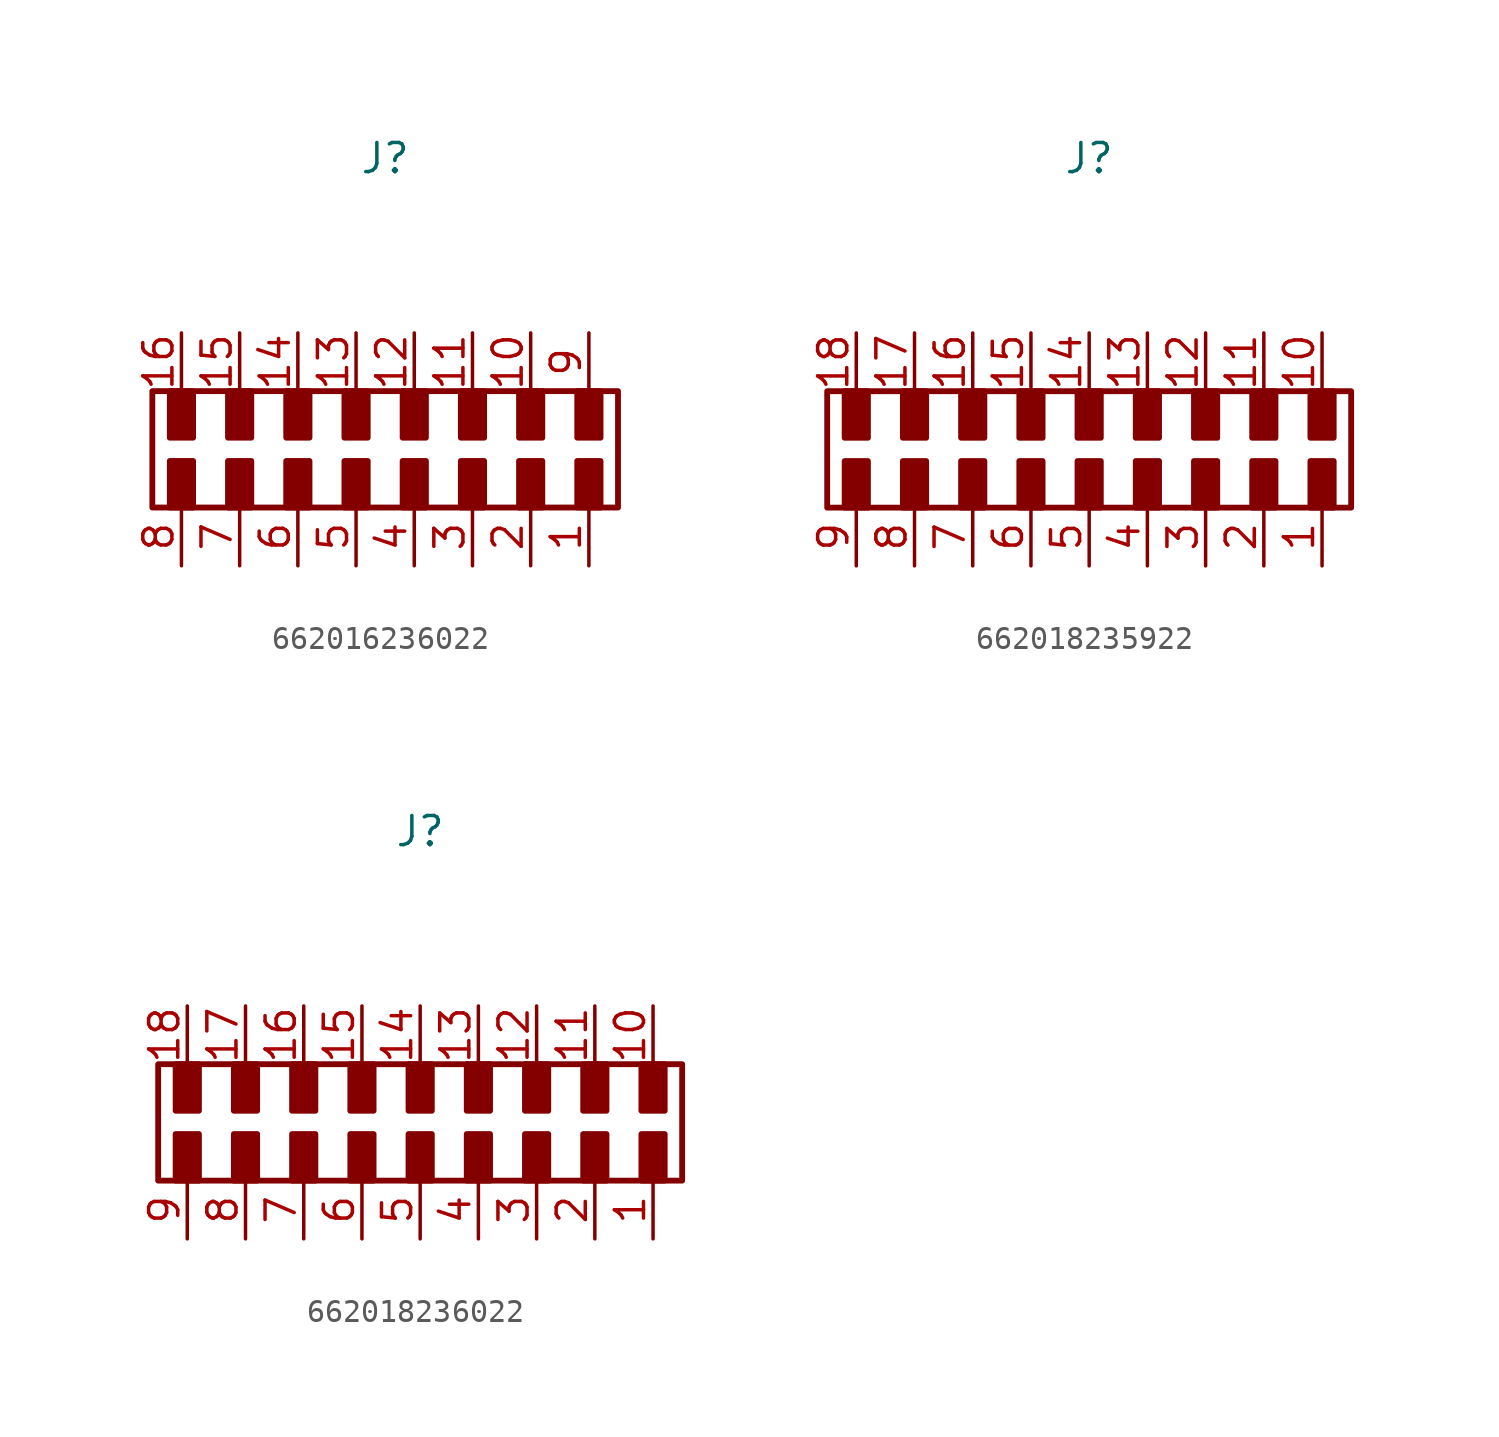
<source format=kicad_sym>
(kicad_symbol_lib
  (version 20241209)
  (generator "kicad_symbol_editor")
  (generator_version "9.0")
  (symbol "662016236022"
    (pin_names
      (hide yes))
    (property "Reference" "J"
      (at 0 12.7 0)
      (effects (font (size 1.27 1.27))))
    (symbol "662016236022_1_1"
      (rectangle (start -10.16 2.54) (end 10.16 -2.54) (stroke (width 0.254) (type solid)) (fill (type none)))
      (rectangle (start -9.398 2.54) (end -8.382 0.508) (stroke (width 0.254) (type solid)) (fill (type outline)))
      (rectangle (start -9.398 -0.508) (end -8.382 -2.54) (stroke (width 0.254) (type solid)) (fill (type outline)))
      (rectangle (start -6.858 2.54) (end -5.842 0.508) (stroke (width 0.254) (type solid)) (fill (type outline)))
      (rectangle (start -6.858 -0.508) (end -5.842 -2.54) (stroke (width 0.254) (type solid)) (fill (type outline)))
      (rectangle (start -4.318 2.54) (end -3.302 0.508) (stroke (width 0.254) (type solid)) (fill (type outline)))
      (rectangle (start -4.318 -0.508) (end -3.302 -2.54) (stroke (width 0.254) (type solid)) (fill (type outline)))
      (rectangle (start -1.778 2.54) (end -0.762 0.508) (stroke (width 0.254) (type solid)) (fill (type outline)))
      (rectangle (start -1.778 -0.508) (end -0.762 -2.54) (stroke (width 0.254) (type solid)) (fill (type outline)))
      (rectangle (start 0.762 2.54) (end 1.778 0.508) (stroke (width 0.254) (type solid)) (fill (type outline)))
      (rectangle (start 0.762 -0.508) (end 1.778 -2.54) (stroke (width 0.254) (type solid)) (fill (type outline)))
      (rectangle (start 3.302 2.54) (end 4.318 0.508) (stroke (width 0.254) (type solid)) (fill (type outline)))
      (rectangle (start 3.302 -0.508) (end 4.318 -2.54) (stroke (width 0.254) (type solid)) (fill (type outline)))
      (rectangle (start 5.842 2.54) (end 6.858 0.508) (stroke (width 0.254) (type solid)) (fill (type outline)))
      (rectangle (start 5.842 -0.508) (end 6.858 -2.54) (stroke (width 0.254) (type solid)) (fill (type outline)))
      (rectangle (start 8.382 2.54) (end 9.398 0.508) (stroke (width 0.254) (type solid)) (fill (type outline)))
      (rectangle (start 8.382 -0.508) (end 9.398 -2.54) (stroke (width 0.254) (type solid)) (fill (type outline)))
      (pin passive line (at -8.89 5.08 270) (length 2.54) (name "16" (effects (font (size 1.27 1.27)))) (number "16" (effects (font (size 1.27 1.27)))))
      (pin passive line (at -8.89 -5.08 90) (length 2.54) (name "8" (effects (font (size 1.27 1.27)))) (number "8" (effects (font (size 1.27 1.27)))))
      (pin passive line (at -6.35 5.08 270) (length 2.54) (name "15" (effects (font (size 1.27 1.27)))) (number "15" (effects (font (size 1.27 1.27)))))
      (pin passive line (at -6.35 -5.08 90) (length 2.54) (name "7" (effects (font (size 1.27 1.27)))) (number "7" (effects (font (size 1.27 1.27)))))
      (pin passive line (at -3.81 5.08 270) (length 2.54) (name "14" (effects (font (size 1.27 1.27)))) (number "14" (effects (font (size 1.27 1.27)))))
      (pin passive line (at -3.81 -5.08 90) (length 2.54) (name "6" (effects (font (size 1.27 1.27)))) (number "6" (effects (font (size 1.27 1.27)))))
      (pin passive line (at -1.27 5.08 270) (length 2.54) (name "13" (effects (font (size 1.27 1.27)))) (number "13" (effects (font (size 1.27 1.27)))))
      (pin passive line (at -1.27 -5.08 90) (length 2.54) (name "5" (effects (font (size 1.27 1.27)))) (number "5" (effects (font (size 1.27 1.27)))))
      (pin passive line (at 1.27 5.08 270) (length 2.54) (name "12" (effects (font (size 1.27 1.27)))) (number "12" (effects (font (size 1.27 1.27)))))
      (pin passive line (at 1.27 -5.08 90) (length 2.54) (name "4" (effects (font (size 1.27 1.27)))) (number "4" (effects (font (size 1.27 1.27)))))
      (pin passive line (at 3.81 5.08 270) (length 2.54) (name "11" (effects (font (size 1.27 1.27)))) (number "11" (effects (font (size 1.27 1.27)))))
      (pin passive line (at 3.81 -5.08 90) (length 2.54) (name "3" (effects (font (size 1.27 1.27)))) (number "3" (effects (font (size 1.27 1.27)))))
      (pin passive line (at 6.35 5.08 270) (length 2.54) (name "10" (effects (font (size 1.27 1.27)))) (number "10" (effects (font (size 1.27 1.27)))))
      (pin passive line (at 6.35 -5.08 90) (length 2.54) (name "2" (effects (font (size 1.27 1.27)))) (number "2" (effects (font (size 1.27 1.27)))))
      (pin passive line (at 8.89 5.08 270) (length 2.54) (name "9" (effects (font (size 1.27 1.27)))) (number "9" (effects (font (size 1.27 1.27)))))
      (pin passive line (at 8.89 -5.08 90) (length 2.54) (name "1" (effects (font (size 1.27 1.27)))) (number "1" (effects (font (size 1.27 1.27)))))))
  (symbol "662018235922"
    (pin_names
      (hide yes))
    (property "Reference" "J"
      (at 0 12.7 0)
      (effects (font (size 1.27 1.27))))
    (symbol "662018235922_1_1"
      (rectangle (start -11.43 2.54) (end 11.43 -2.54) (stroke (width 0.254) (type solid)) (fill (type none)))
      (rectangle (start -10.668 2.54) (end -9.652 0.508) (stroke (width 0.254) (type solid)) (fill (type outline)))
      (rectangle (start -10.668 -0.508) (end -9.652 -2.54) (stroke (width 0.254) (type solid)) (fill (type outline)))
      (rectangle (start -8.128 2.54) (end -7.112 0.508) (stroke (width 0.254) (type solid)) (fill (type outline)))
      (rectangle (start -8.128 -0.508) (end -7.112 -2.54) (stroke (width 0.254) (type solid)) (fill (type outline)))
      (rectangle (start -5.588 2.54) (end -4.572 0.508) (stroke (width 0.254) (type solid)) (fill (type outline)))
      (rectangle (start -5.588 -0.508) (end -4.572 -2.54) (stroke (width 0.254) (type solid)) (fill (type outline)))
      (rectangle (start -3.048 2.54) (end -2.032 0.508) (stroke (width 0.254) (type solid)) (fill (type outline)))
      (rectangle (start -3.048 -0.508) (end -2.032 -2.54) (stroke (width 0.254) (type solid)) (fill (type outline)))
      (rectangle (start -0.508 2.54) (end 0.508 0.508) (stroke (width 0.254) (type solid)) (fill (type outline)))
      (rectangle (start -0.508 -0.508) (end 0.508 -2.54) (stroke (width 0.254) (type solid)) (fill (type outline)))
      (rectangle (start 2.032 2.54) (end 3.048 0.508) (stroke (width 0.254) (type solid)) (fill (type outline)))
      (rectangle (start 2.032 -0.508) (end 3.048 -2.54) (stroke (width 0.254) (type solid)) (fill (type outline)))
      (rectangle (start 4.572 2.54) (end 5.588 0.508) (stroke (width 0.254) (type solid)) (fill (type outline)))
      (rectangle (start 4.572 -0.508) (end 5.588 -2.54) (stroke (width 0.254) (type solid)) (fill (type outline)))
      (rectangle (start 7.112 2.54) (end 8.128 0.508) (stroke (width 0.254) (type solid)) (fill (type outline)))
      (rectangle (start 7.112 -0.508) (end 8.128 -2.54) (stroke (width 0.254) (type solid)) (fill (type outline)))
      (rectangle (start 9.652 2.54) (end 10.668 0.508) (stroke (width 0.254) (type solid)) (fill (type outline)))
      (rectangle (start 9.652 -0.508) (end 10.668 -2.54) (stroke (width 0.254) (type solid)) (fill (type outline)))
      (pin passive line (at -10.16 5.08 270) (length 2.54) (name "18" (effects (font (size 1.27 1.27)))) (number "18" (effects (font (size 1.27 1.27)))))
      (pin passive line (at -10.16 -5.08 90) (length 2.54) (name "9" (effects (font (size 1.27 1.27)))) (number "9" (effects (font (size 1.27 1.27)))))
      (pin passive line (at -7.62 5.08 270) (length 2.54) (name "17" (effects (font (size 1.27 1.27)))) (number "17" (effects (font (size 1.27 1.27)))))
      (pin passive line (at -7.62 -5.08 90) (length 2.54) (name "8" (effects (font (size 1.27 1.27)))) (number "8" (effects (font (size 1.27 1.27)))))
      (pin passive line (at -5.08 5.08 270) (length 2.54) (name "16" (effects (font (size 1.27 1.27)))) (number "16" (effects (font (size 1.27 1.27)))))
      (pin passive line (at -5.08 -5.08 90) (length 2.54) (name "7" (effects (font (size 1.27 1.27)))) (number "7" (effects (font (size 1.27 1.27)))))
      (pin passive line (at -2.54 5.08 270) (length 2.54) (name "15" (effects (font (size 1.27 1.27)))) (number "15" (effects (font (size 1.27 1.27)))))
      (pin passive line (at -2.54 -5.08 90) (length 2.54) (name "6" (effects (font (size 1.27 1.27)))) (number "6" (effects (font (size 1.27 1.27)))))
      (pin passive line (at 0 5.08 270) (length 2.54) (name "14" (effects (font (size 1.27 1.27)))) (number "14" (effects (font (size 1.27 1.27)))))
      (pin passive line (at 0 -5.08 90) (length 2.54) (name "5" (effects (font (size 1.27 1.27)))) (number "5" (effects (font (size 1.27 1.27)))))
      (pin passive line (at 2.54 5.08 270) (length 2.54) (name "13" (effects (font (size 1.27 1.27)))) (number "13" (effects (font (size 1.27 1.27)))))
      (pin passive line (at 2.54 -5.08 90) (length 2.54) (name "4" (effects (font (size 1.27 1.27)))) (number "4" (effects (font (size 1.27 1.27)))))
      (pin passive line (at 5.08 5.08 270) (length 2.54) (name "12" (effects (font (size 1.27 1.27)))) (number "12" (effects (font (size 1.27 1.27)))))
      (pin passive line (at 5.08 -5.08 90) (length 2.54) (name "3" (effects (font (size 1.27 1.27)))) (number "3" (effects (font (size 1.27 1.27)))))
      (pin passive line (at 7.62 5.08 270) (length 2.54) (name "11" (effects (font (size 1.27 1.27)))) (number "11" (effects (font (size 1.27 1.27)))))
      (pin passive line (at 7.62 -5.08 90) (length 2.54) (name "2" (effects (font (size 1.27 1.27)))) (number "2" (effects (font (size 1.27 1.27)))))
      (pin passive line (at 10.16 5.08 270) (length 2.54) (name "10" (effects (font (size 1.27 1.27)))) (number "10" (effects (font (size 1.27 1.27)))))
      (pin passive line (at 10.16 -5.08 90) (length 2.54) (name "1" (effects (font (size 1.27 1.27)))) (number "1" (effects (font (size 1.27 1.27)))))))
  (symbol "662018236022"
    (pin_names
      (hide yes))
    (property "Reference" "J"
      (at 0 12.7 0)
      (effects (font (size 1.27 1.27))))
    (symbol "662018236022_1_1"
      (rectangle (start -11.43 2.54) (end 11.43 -2.54) (stroke (width 0.254) (type solid)) (fill (type none)))
      (rectangle (start -10.668 2.54) (end -9.652 0.508) (stroke (width 0.254) (type solid)) (fill (type outline)))
      (rectangle (start -10.668 -0.508) (end -9.652 -2.54) (stroke (width 0.254) (type solid)) (fill (type outline)))
      (rectangle (start -8.128 2.54) (end -7.112 0.508) (stroke (width 0.254) (type solid)) (fill (type outline)))
      (rectangle (start -8.128 -0.508) (end -7.112 -2.54) (stroke (width 0.254) (type solid)) (fill (type outline)))
      (rectangle (start -5.588 2.54) (end -4.572 0.508) (stroke (width 0.254) (type solid)) (fill (type outline)))
      (rectangle (start -5.588 -0.508) (end -4.572 -2.54) (stroke (width 0.254) (type solid)) (fill (type outline)))
      (rectangle (start -3.048 2.54) (end -2.032 0.508) (stroke (width 0.254) (type solid)) (fill (type outline)))
      (rectangle (start -3.048 -0.508) (end -2.032 -2.54) (stroke (width 0.254) (type solid)) (fill (type outline)))
      (rectangle (start -0.508 2.54) (end 0.508 0.508) (stroke (width 0.254) (type solid)) (fill (type outline)))
      (rectangle (start -0.508 -0.508) (end 0.508 -2.54) (stroke (width 0.254) (type solid)) (fill (type outline)))
      (rectangle (start 2.032 2.54) (end 3.048 0.508) (stroke (width 0.254) (type solid)) (fill (type outline)))
      (rectangle (start 2.032 -0.508) (end 3.048 -2.54) (stroke (width 0.254) (type solid)) (fill (type outline)))
      (rectangle (start 4.572 2.54) (end 5.588 0.508) (stroke (width 0.254) (type solid)) (fill (type outline)))
      (rectangle (start 4.572 -0.508) (end 5.588 -2.54) (stroke (width 0.254) (type solid)) (fill (type outline)))
      (rectangle (start 7.112 2.54) (end 8.128 0.508) (stroke (width 0.254) (type solid)) (fill (type outline)))
      (rectangle (start 7.112 -0.508) (end 8.128 -2.54) (stroke (width 0.254) (type solid)) (fill (type outline)))
      (rectangle (start 9.652 2.54) (end 10.668 0.508) (stroke (width 0.254) (type solid)) (fill (type outline)))
      (rectangle (start 9.652 -0.508) (end 10.668 -2.54) (stroke (width 0.254) (type solid)) (fill (type outline)))
      (pin passive line (at -10.16 5.08 270) (length 2.54) (name "18" (effects (font (size 1.27 1.27)))) (number "18" (effects (font (size 1.27 1.27)))))
      (pin passive line (at -10.16 -5.08 90) (length 2.54) (name "9" (effects (font (size 1.27 1.27)))) (number "9" (effects (font (size 1.27 1.27)))))
      (pin passive line (at -7.62 5.08 270) (length 2.54) (name "17" (effects (font (size 1.27 1.27)))) (number "17" (effects (font (size 1.27 1.27)))))
      (pin passive line (at -7.62 -5.08 90) (length 2.54) (name "8" (effects (font (size 1.27 1.27)))) (number "8" (effects (font (size 1.27 1.27)))))
      (pin passive line (at -5.08 5.08 270) (length 2.54) (name "16" (effects (font (size 1.27 1.27)))) (number "16" (effects (font (size 1.27 1.27)))))
      (pin passive line (at -5.08 -5.08 90) (length 2.54) (name "7" (effects (font (size 1.27 1.27)))) (number "7" (effects (font (size 1.27 1.27)))))
      (pin passive line (at -2.54 5.08 270) (length 2.54) (name "15" (effects (font (size 1.27 1.27)))) (number "15" (effects (font (size 1.27 1.27)))))
      (pin passive line (at -2.54 -5.08 90) (length 2.54) (name "6" (effects (font (size 1.27 1.27)))) (number "6" (effects (font (size 1.27 1.27)))))
      (pin passive line (at 0 5.08 270) (length 2.54) (name "14" (effects (font (size 1.27 1.27)))) (number "14" (effects (font (size 1.27 1.27)))))
      (pin passive line (at 0 -5.08 90) (length 2.54) (name "5" (effects (font (size 1.27 1.27)))) (number "5" (effects (font (size 1.27 1.27)))))
      (pin passive line (at 2.54 5.08 270) (length 2.54) (name "13" (effects (font (size 1.27 1.27)))) (number "13" (effects (font (size 1.27 1.27)))))
      (pin passive line (at 2.54 -5.08 90) (length 2.54) (name "4" (effects (font (size 1.27 1.27)))) (number "4" (effects (font (size 1.27 1.27)))))
      (pin passive line (at 5.08 5.08 270) (length 2.54) (name "12" (effects (font (size 1.27 1.27)))) (number "12" (effects (font (size 1.27 1.27)))))
      (pin passive line (at 5.08 -5.08 90) (length 2.54) (name "3" (effects (font (size 1.27 1.27)))) (number "3" (effects (font (size 1.27 1.27)))))
      (pin passive line (at 7.62 5.08 270) (length 2.54) (name "11" (effects (font (size 1.27 1.27)))) (number "11" (effects (font (size 1.27 1.27)))))
      (pin passive line (at 7.62 -5.08 90) (length 2.54) (name "2" (effects (font (size 1.27 1.27)))) (number "2" (effects (font (size 1.27 1.27)))))
      (pin passive line (at 10.16 5.08 270) (length 2.54) (name "10" (effects (font (size 1.27 1.27)))) (number "10" (effects (font (size 1.27 1.27)))))
      (pin passive line (at 10.16 -5.08 90) (length 2.54) (name "1" (effects (font (size 1.27 1.27)))) (number "1" (effects (font (size 1.27 1.27))))))))
</source>
